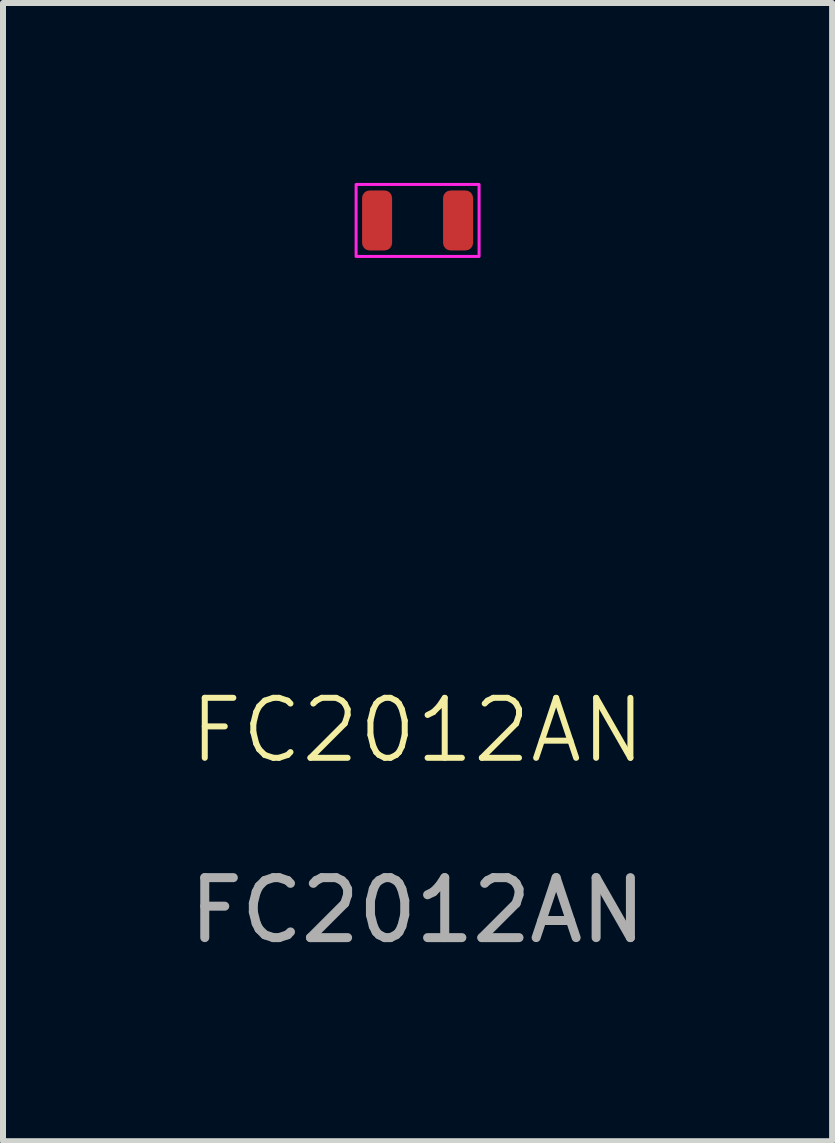
<source format=kicad_pcb>
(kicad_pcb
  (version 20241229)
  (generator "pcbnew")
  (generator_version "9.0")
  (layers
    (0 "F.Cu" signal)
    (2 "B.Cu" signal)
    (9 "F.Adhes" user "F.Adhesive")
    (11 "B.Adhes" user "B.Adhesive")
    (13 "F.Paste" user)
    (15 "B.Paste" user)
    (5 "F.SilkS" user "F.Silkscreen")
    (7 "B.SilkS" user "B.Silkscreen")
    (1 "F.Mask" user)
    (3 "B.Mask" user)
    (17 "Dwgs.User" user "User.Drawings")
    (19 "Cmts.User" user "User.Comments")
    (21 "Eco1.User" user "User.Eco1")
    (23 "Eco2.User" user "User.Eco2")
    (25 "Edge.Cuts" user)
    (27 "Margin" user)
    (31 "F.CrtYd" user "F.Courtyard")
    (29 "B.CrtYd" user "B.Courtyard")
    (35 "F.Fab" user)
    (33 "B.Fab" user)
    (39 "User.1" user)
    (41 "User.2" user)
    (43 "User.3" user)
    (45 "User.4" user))
  (footprint "FC2012AN"
    (layer "F.Cu")
    (at 3.911 0.625)
    (property "Reference" "FC2012AN" (at 0 8.5 0) (unlocked yes) (layer "F.SilkS") (effects (font (size 1 1) (thickness 0.1))))
    (attr smd)
    (fp_rect (start -1.025 -0.6) (end 1.025 0.6) (stroke (width 0.05) (type default)) (fill no) (layer "F.CrtYd"))
    (fp_text user "${REFERENCE}" (at 0 11.5 0) (unlocked yes) (layer "F.Fab") (effects (font (size 1 1) (thickness 0.15))))
    (pad "1" smd roundrect (at -0.675 0) (size 0.5 1) (layers "F.Cu" "F.Mask" "F.Paste") (roundrect_rratio 0.25))
    (pad "2" smd roundrect (at 0.675 0) (size 0.5 1) (layers "F.Cu" "F.Mask" "F.Paste") (roundrect_rratio 0.25)))
  (gr_rect
    (start -3 -3)
    (end 10.821 15.973)
    (stroke (width 0.1) (type default))
    (fill no)
    (layer "Edge.Cuts")))
</source>
